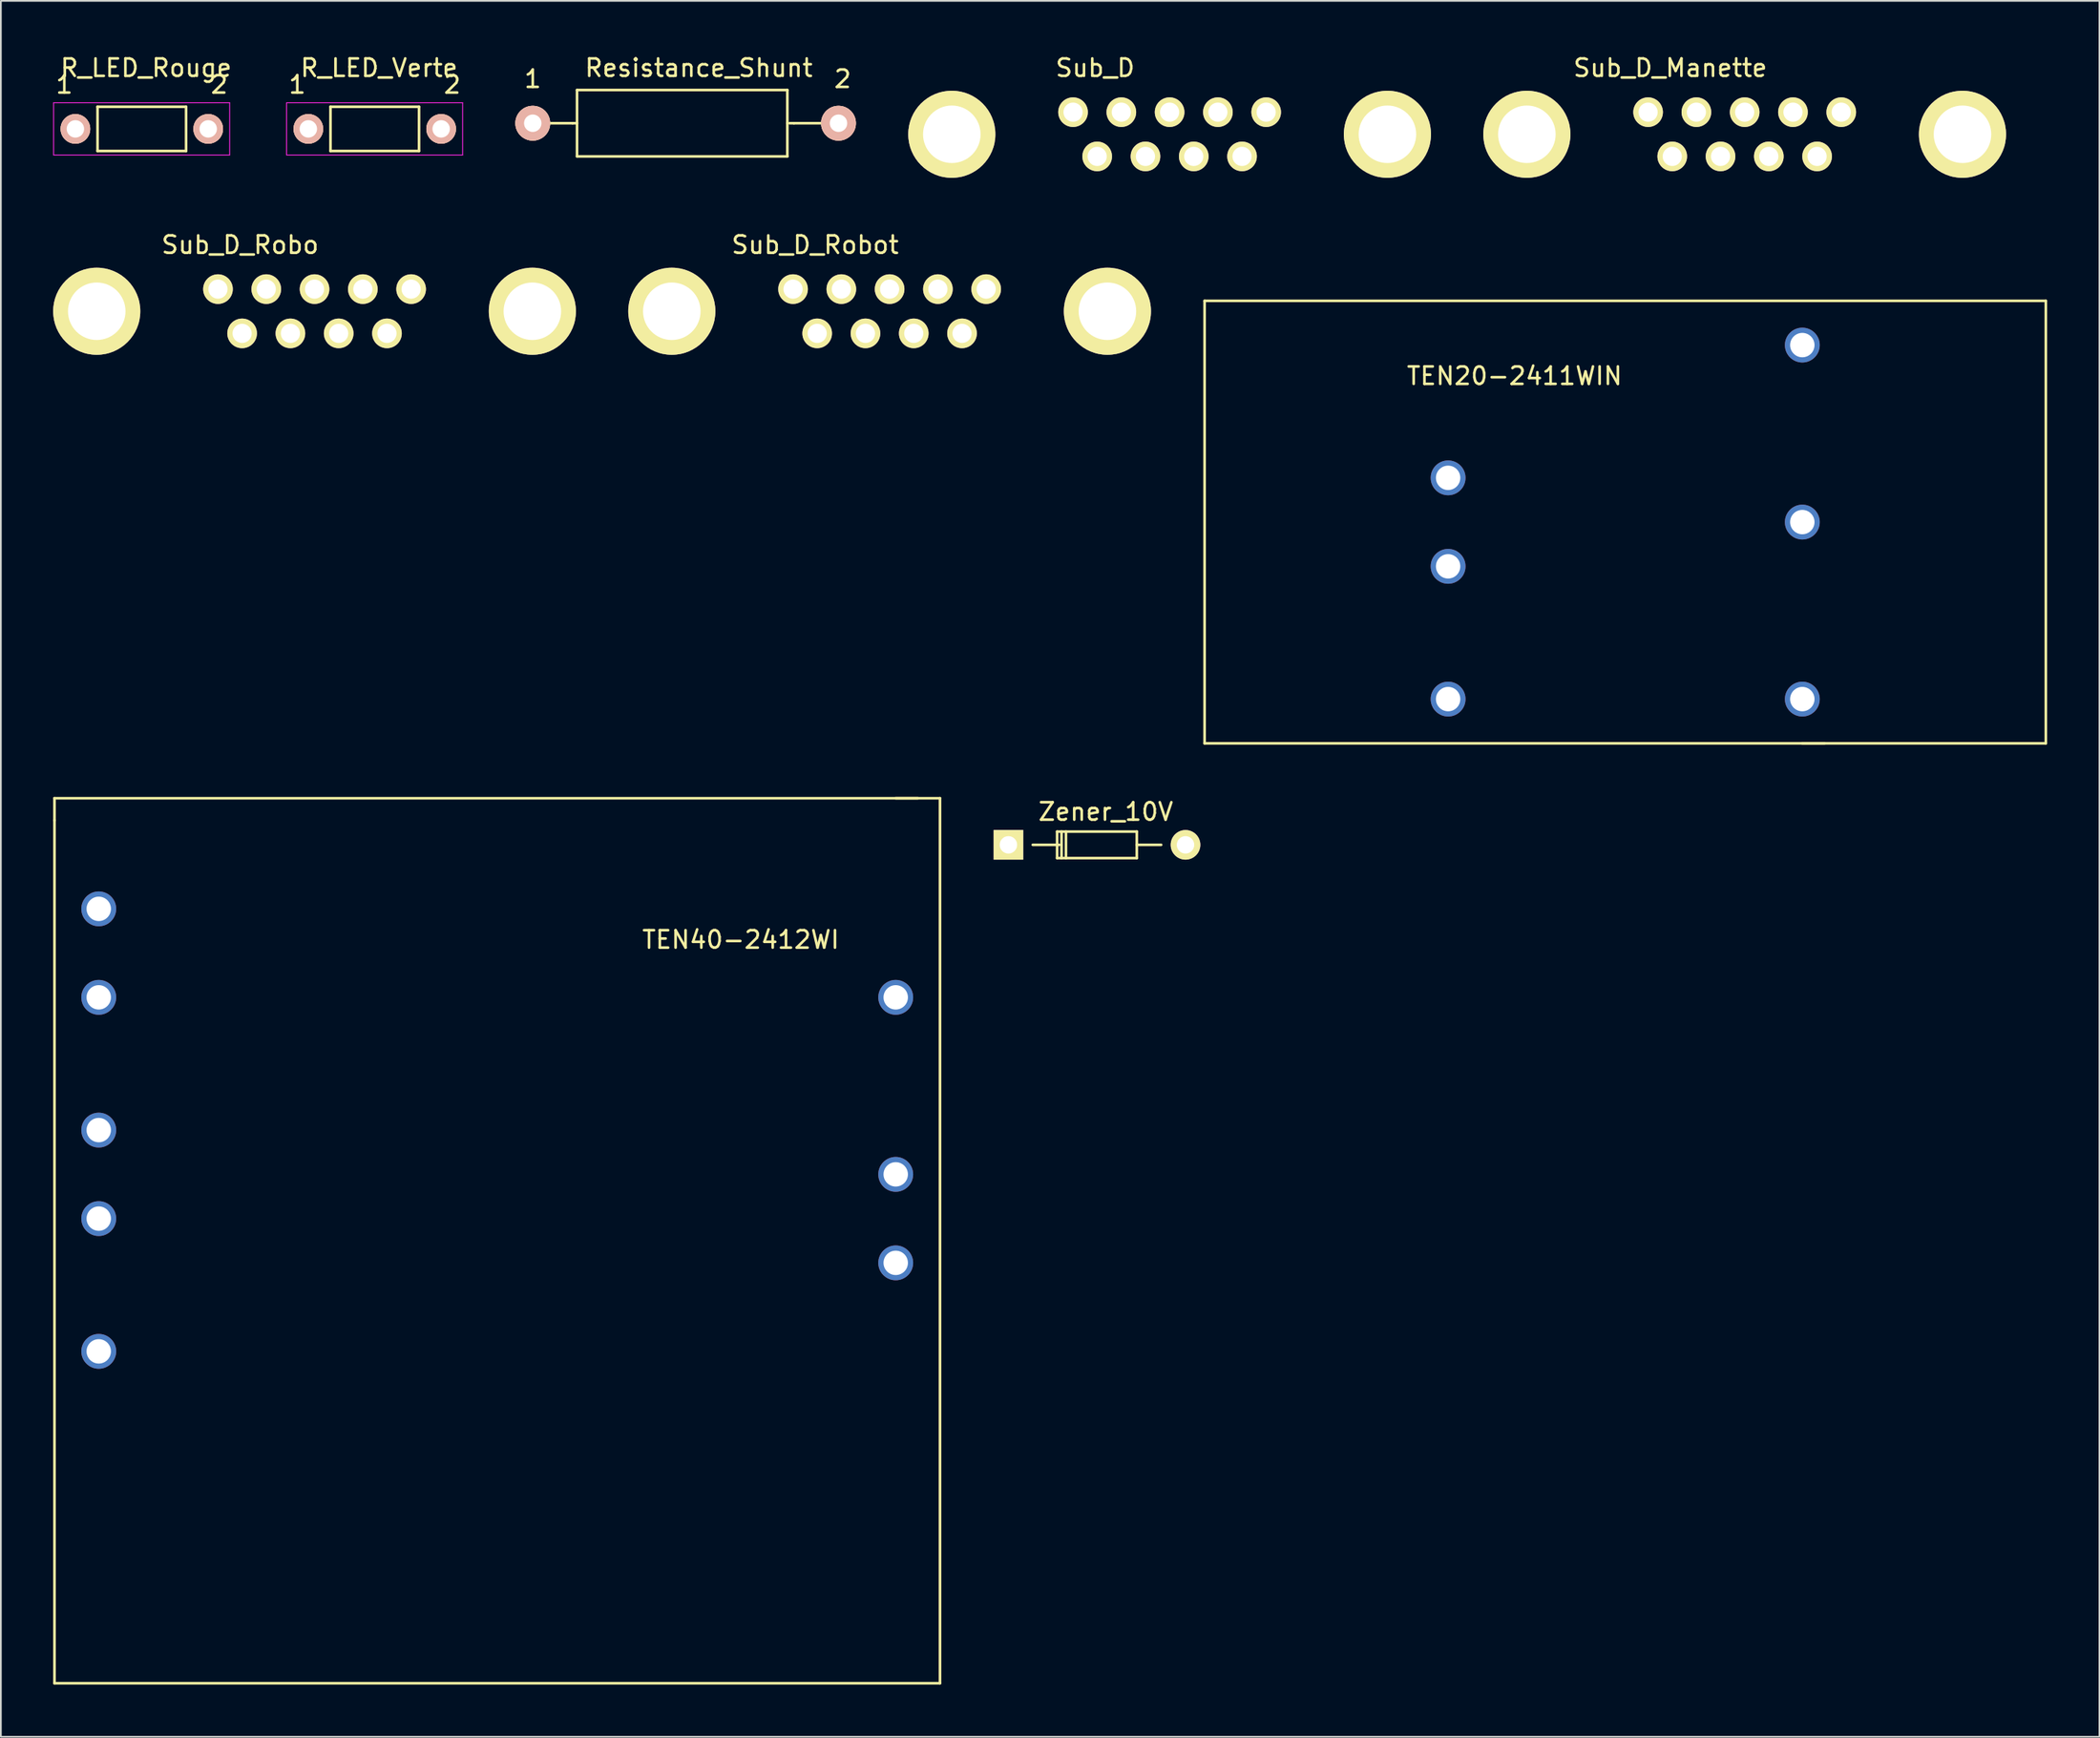
<source format=kicad_pcb>
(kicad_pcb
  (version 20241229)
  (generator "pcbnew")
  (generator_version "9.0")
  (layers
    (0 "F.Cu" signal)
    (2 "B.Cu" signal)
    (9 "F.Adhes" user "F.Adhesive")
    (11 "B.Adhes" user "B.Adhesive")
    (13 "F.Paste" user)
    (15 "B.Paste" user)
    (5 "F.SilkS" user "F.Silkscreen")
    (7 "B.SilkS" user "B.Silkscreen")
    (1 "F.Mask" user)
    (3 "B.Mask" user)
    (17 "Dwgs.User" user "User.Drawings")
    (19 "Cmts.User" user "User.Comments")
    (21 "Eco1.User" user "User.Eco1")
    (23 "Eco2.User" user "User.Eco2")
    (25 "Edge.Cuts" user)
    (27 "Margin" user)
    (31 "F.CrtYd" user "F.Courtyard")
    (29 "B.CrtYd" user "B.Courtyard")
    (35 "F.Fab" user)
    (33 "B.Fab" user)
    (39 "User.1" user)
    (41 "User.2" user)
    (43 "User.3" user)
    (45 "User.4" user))
  (footprint "TEN40-2412WI"
    (layer "F.Cu")
    (at 28.015 52.928)
    (property "Reference" "TEN40-2412WI" (at 11.43 -2.04 0) (layer "F.SilkS") (effects (font (size 1 1) (thickness 0.15))))
    (attr through_hole)
    (fp_line (start -27.94 -10.16) (end 21.59 -10.16) (stroke (width 0.15) (type solid)) (layer "F.SilkS"))
    (fp_line (start -27.94 -8.89) (end -27.94 -10.16) (stroke (width 0.15) (type solid)) (layer "F.SilkS"))
    (fp_line (start -27.94 40.64) (end -27.94 -8.89) (stroke (width 0.15) (type solid)) (layer "F.SilkS"))
    (fp_line (start 20.32 -10.16) (end 22.86 -10.16) (stroke (width 0.15) (type solid)) (layer "F.SilkS"))
    (fp_line (start 22.86 -10.16) (end 22.86 40.64) (stroke (width 0.15) (type solid)) (layer "F.SilkS"))
    (fp_line (start 22.86 40.64) (end -27.94 40.64) (stroke (width 0.15) (type solid)) (layer "F.SilkS"))
    (pad "1" thru_hole circle (at 20.32 16.51) (size 2 2) (drill 1.4) (layers "*.Cu" "*.Mask"))
    (pad "2" thru_hole circle (at 20.32 11.43) (size 2 2) (drill 1.4) (layers "*.Cu" "*.Mask"))
    (pad "3" thru_hole circle (at 20.32 1.27) (size 2 2) (drill 1.4) (layers "*.Cu" "*.Mask"))
    (pad "4" thru_hole circle (at -25.4 21.59) (size 2 2) (drill 1.4) (layers "*.Cu" "*.Mask"))
    (pad "5" thru_hole circle (at -25.4 13.97) (size 2 2) (drill 1.4) (layers "*.Cu" "*.Mask"))
    (pad "6" thru_hole circle (at -25.4 8.89) (size 2 2) (drill 1.4) (layers "*.Cu" "*.Mask"))
    (pad "7" thru_hole circle (at -25.4 1.27) (size 2 2) (drill 1.4) (layers "*.Cu" "*.Mask"))
    (pad "8" thru_hole circle (at -25.4 -3.81) (size 2 2) (drill 1.4) (layers "*.Cu" "*.Mask")))
  (footprint "Sub_D_Robot"
    (layer "F.Cu")
    (at 42.445 13.546)
    (property "Reference" "Sub_D_Robot" (at 1.27 -2.54 0) (layer "F.SilkS") (effects (font (size 1 1) (thickness 0.15))))
    (attr through_hole)
    (pad "" thru_hole circle (at -6.955 1.27) (size 5 5) (drill 3.3) (layers "*.Cu" "*.Mask" "F.SilkS"))
    (pad "" thru_hole circle (at 18.035 1.27) (size 5 5) (drill 3.3) (layers "*.Cu" "*.Mask" "F.SilkS"))
    (pad "1" thru_hole circle (at 0 0) (size 1.7 1.7) (drill 1.1) (layers "*.Cu" "*.Mask" "F.SilkS"))
    (pad "2" thru_hole circle (at 2.77 0) (size 1.7 1.7) (drill 1.1) (layers "*.Cu" "*.Mask" "F.SilkS"))
    (pad "3" thru_hole circle (at 5.54 0) (size 1.7 1.7) (drill 1.1) (layers "*.Cu" "*.Mask" "F.SilkS"))
    (pad "4" thru_hole circle (at 8.31 0) (size 1.7 1.7) (drill 1.1) (layers "*.Cu" "*.Mask" "F.SilkS"))
    (pad "5" thru_hole circle (at 11.08 0) (size 1.7 1.7) (drill 1.1) (layers "*.Cu" "*.Mask" "F.SilkS"))
    (pad "6" thru_hole circle (at 1.385 2.54) (size 1.7 1.7) (drill 1.1) (layers "*.Cu" "*.Mask" "F.SilkS"))
    (pad "7" thru_hole circle (at 4.155 2.54) (size 1.7 1.7) (drill 1.1) (layers "*.Cu" "*.Mask" "F.SilkS"))
    (pad "8" thru_hole circle (at 6.925 2.54) (size 1.7 1.7) (drill 1.1) (layers "*.Cu" "*.Mask" "F.SilkS"))
    (pad "9" thru_hole circle (at 9.695 2.54) (size 1.7 1.7) (drill 1.1) (layers "*.Cu" "*.Mask" "F.SilkS")))
  (footprint "TEN20-2411WIN"
    (layer "F.Cu")
    (at 83.835 10.408)
    (property "Reference" "TEN20-2411WIN" (at 0 8.12 0) (layer "F.SilkS") (effects (font (size 1 1) (thickness 0.15))))
    (attr through_hole)
    (fp_line (start -17.78 3.81) (end -17.78 29.21) (stroke (width 0.15) (type solid)) (layer "F.SilkS"))
    (fp_line (start -17.78 3.81) (end 30.48 3.81) (stroke (width 0.15) (type solid)) (layer "F.SilkS"))
    (fp_line (start -17.78 29.21) (end 17.78 29.21) (stroke (width 0.15) (type solid)) (layer "F.SilkS"))
    (fp_line (start 16.51 29.21) (end 30.48 29.21) (stroke (width 0.15) (type solid)) (layer "F.SilkS"))
    (fp_line (start 30.48 3.81) (end 30.48 29.21) (stroke (width 0.15) (type solid)) (layer "F.SilkS"))
    (pad "1" thru_hole circle (at -3.81 13.97) (size 2 2) (drill 1.4) (layers "*.Cu" "*.Mask"))
    (pad "2" thru_hole circle (at -3.81 19.05) (size 2 2) (drill 1.4) (layers "*.Cu" "*.Mask"))
    (pad "3" thru_hole circle (at 16.51 6.35) (size 2 2) (drill 1.4) (layers "*.Cu" "*.Mask"))
    (pad "4" thru_hole circle (at 16.51 16.51) (size 2 2) (drill 1.4) (layers "*.Cu" "*.Mask"))
    (pad "5" thru_hole circle (at 16.51 26.67) (size 2 2) (drill 1.4) (layers "*.Cu" "*.Mask"))
    (pad "6" thru_hole circle (at -3.81 26.67) (size 2 2) (drill 1.4) (layers "*.Cu" "*.Mask")))
  (footprint "Zener_10V"
    (layer "F.Cu")
    (at 54.799 45.447)
    (property "Reference" "Zener_10V" (at 5.588 -1.905 0) (layer "F.SilkS") (effects (font (size 1 1) (thickness 0.15))))
    (attr through_hole)
    (fp_line (start 2.795 -0.765) (end 2.795 -0.003) (stroke (width 0.15) (type solid)) (layer "F.SilkS"))
    (fp_line (start 2.795 -0.003) (end 2.795 0.759) (stroke (width 0.15) (type solid)) (layer "F.SilkS"))
    (fp_line (start 2.795 0.759) (end 7.367 0.759) (stroke (width 0.15) (type solid)) (layer "F.SilkS"))
    (fp_line (start 2.922 -0.003) (end 1.398 -0.003) (stroke (width 0.15) (type solid)) (layer "F.SilkS"))
    (fp_line (start 3.049 -0.765) (end 3.049 0.759) (stroke (width 0.15) (type solid)) (layer "F.SilkS"))
    (fp_line (start 3.303 -0.765) (end 3.303 0.759) (stroke (width 0.15) (type solid)) (layer "F.SilkS"))
    (fp_line (start 7.367 -0.765) (end 2.795 -0.765) (stroke (width 0.15) (type solid)) (layer "F.SilkS"))
    (fp_line (start 7.367 -0.003) (end 8.764 -0.003) (stroke (width 0.15) (type solid)) (layer "F.SilkS"))
    (fp_line (start 7.367 0.759) (end 7.367 -0.765) (stroke (width 0.15) (type solid)) (layer "F.SilkS"))
    (pad "1" thru_hole rect (at 0.001 -0.003 180) (size 1.7 1.7) (drill 1) (layers "*.Cu" "*.Mask" "F.SilkS"))
    (pad "2" thru_hole circle (at 10.161 -0.003 180) (size 1.7 1.7) (drill 1) (layers "*.Cu" "*.Mask" "F.SilkS")))
  (footprint "Sub_D"
    (layer "F.Cu")
    (at 58.508 3.388)
    (property "Reference" "Sub_D" (at 1.27 -2.54 0) (layer "F.SilkS") (effects (font (size 1 1) (thickness 0.15))))
    (attr through_hole)
    (pad "" thru_hole circle (at -6.955 1.27) (size 5 5) (drill 3.3) (layers "*.Cu" "*.Mask" "F.SilkS"))
    (pad "" thru_hole circle (at 18.035 1.27) (size 5 5) (drill 3.3) (layers "*.Cu" "*.Mask" "F.SilkS"))
    (pad "1" thru_hole circle (at 0 0) (size 1.7 1.7) (drill 1.1) (layers "*.Cu" "*.Mask" "F.SilkS"))
    (pad "2" thru_hole circle (at 2.77 0) (size 1.7 1.7) (drill 1.1) (layers "*.Cu" "*.Mask" "F.SilkS"))
    (pad "3" thru_hole circle (at 5.54 0) (size 1.7 1.7) (drill 1.1) (layers "*.Cu" "*.Mask" "F.SilkS"))
    (pad "4" thru_hole circle (at 8.31 0) (size 1.7 1.7) (drill 1.1) (layers "*.Cu" "*.Mask" "F.SilkS"))
    (pad "5" thru_hole circle (at 11.08 0) (size 1.7 1.7) (drill 1.1) (layers "*.Cu" "*.Mask" "F.SilkS"))
    (pad "6" thru_hole circle (at 1.385 2.54) (size 1.7 1.7) (drill 1.1) (layers "*.Cu" "*.Mask" "F.SilkS"))
    (pad "7" thru_hole circle (at 4.155 2.54) (size 1.7 1.7) (drill 1.1) (layers "*.Cu" "*.Mask" "F.SilkS"))
    (pad "8" thru_hole circle (at 6.925 2.54) (size 1.7 1.7) (drill 1.1) (layers "*.Cu" "*.Mask" "F.SilkS"))
    (pad "9" thru_hole circle (at 9.695 2.54) (size 1.7 1.7) (drill 1.1) (layers "*.Cu" "*.Mask" "F.SilkS")))
  (footprint "R_LED_Verte"
    (layer "F.Cu")
    (at 14.639 4.348)
    (property "Reference" "R_LED_Verte" (at 4.059 -3.5 0) (layer "F.SilkS") (effects (font (size 1 1) (thickness 0.15))))
    (attr through_hole)
    (fp_line (start 1.27 -1.27) (end 6.35 -1.27) (stroke (width 0.15) (type solid)) (layer "F.SilkS"))
    (fp_line (start 1.27 1.27) (end 1.27 -1.27) (stroke (width 0.15) (type solid)) (layer "F.SilkS"))
    (fp_line (start 6.35 -1.27) (end 6.35 1.27) (stroke (width 0.15) (type solid)) (layer "F.SilkS"))
    (fp_line (start 6.35 1.27) (end 1.27 1.27) (stroke (width 0.15) (type solid)) (layer "F.SilkS"))
    (fp_line (start -1.25 -1.5) (end 8.85 -1.5) (stroke (width 0.05) (type solid)) (layer "F.CrtYd"))
    (fp_line (start -1.25 1.5) (end -1.25 -1.5) (stroke (width 0.05) (type solid)) (layer "F.CrtYd"))
    (fp_line (start -1.25 1.5) (end 8.85 1.5) (stroke (width 0.05) (type solid)) (layer "F.CrtYd"))
    (fp_line (start 8.85 -1.5) (end 8.85 1.5) (stroke (width 0.05) (type solid)) (layer "F.CrtYd"))
    (fp_text user "1" (at -0.635 -2.54 0) (layer "F.SilkS") (effects (font (size 1 1) (thickness 0.15))))
    (fp_text user "2" (at 8.255 -2.54 0) (layer "F.SilkS") (effects (font (size 1 1) (thickness 0.15))))
    (pad "1" thru_hole circle (at 0 0) (size 1.7 1.7) (drill 1) (layers "*.Cu" "*.SilkS" "*.Mask"))
    (pad "2" thru_hole circle (at 7.62 0) (size 1.7 1.7) (drill 1) (layers "*.Cu" "*.SilkS" "*.Mask")))
  (footprint "Sub_D_Robo"
    (layer "F.Cu")
    (at 9.455 13.546)
    (property "Reference" "Sub_D_Robo" (at 1.27 -2.54 0) (layer "F.SilkS") (effects (font (size 1 1) (thickness 0.15))))
    (attr through_hole)
    (pad "" thru_hole circle (at -6.955 1.27) (size 5 5) (drill 3.3) (layers "*.Cu" "*.Mask" "F.SilkS"))
    (pad "" thru_hole circle (at 18.035 1.27) (size 5 5) (drill 3.3) (layers "*.Cu" "*.Mask" "F.SilkS"))
    (pad "1" thru_hole circle (at 0 0) (size 1.7 1.7) (drill 1.1) (layers "*.Cu" "*.Mask" "F.SilkS"))
    (pad "2" thru_hole circle (at 2.77 0) (size 1.7 1.7) (drill 1.1) (layers "*.Cu" "*.Mask" "F.SilkS"))
    (pad "3" thru_hole circle (at 5.54 0) (size 1.7 1.7) (drill 1.1) (layers "*.Cu" "*.Mask" "F.SilkS"))
    (pad "4" thru_hole circle (at 8.31 0) (size 1.7 1.7) (drill 1.1) (layers "*.Cu" "*.Mask" "F.SilkS"))
    (pad "5" thru_hole circle (at 11.08 0) (size 1.7 1.7) (drill 1.1) (layers "*.Cu" "*.Mask" "F.SilkS"))
    (pad "6" thru_hole circle (at 1.385 2.54) (size 1.7 1.7) (drill 1.1) (layers "*.Cu" "*.Mask" "F.SilkS"))
    (pad "7" thru_hole circle (at 4.155 2.54) (size 1.7 1.7) (drill 1.1) (layers "*.Cu" "*.Mask" "F.SilkS"))
    (pad "8" thru_hole circle (at 6.925 2.54) (size 1.7 1.7) (drill 1.1) (layers "*.Cu" "*.Mask" "F.SilkS"))
    (pad "9" thru_hole circle (at 9.695 2.54) (size 1.7 1.7) (drill 1.1) (layers "*.Cu" "*.Mask" "F.SilkS")))
  (footprint "Resistance_Shunt"
    (layer "F.Cu")
    (at 27.513 4.023)
    (property "Reference" "Resistance_Shunt" (at 9.525 -3.175 0) (layer "F.SilkS") (effects (font (size 1 1) (thickness 0.15))))
    (attr through_hole)
    (fp_line (start 1.016 0) (end 2.286 0) (stroke (width 0.15) (type solid)) (layer "F.SilkS"))
    (fp_line (start 2.286 0) (end 2.54 0) (stroke (width 0.15) (type solid)) (layer "F.SilkS"))
    (fp_line (start 2.54 -1.905) (end 14.605 -1.905) (stroke (width 0.15) (type solid)) (layer "F.SilkS"))
    (fp_line (start 2.54 0) (end 2.54 -1.905) (stroke (width 0.15) (type solid)) (layer "F.SilkS"))
    (fp_line (start 2.54 1.905) (end 2.54 0) (stroke (width 0.15) (type solid)) (layer "F.SilkS"))
    (fp_line (start 14.605 -1.905) (end 14.605 0) (stroke (width 0.15) (type solid)) (layer "F.SilkS"))
    (fp_line (start 14.605 0) (end 14.605 1.905) (stroke (width 0.15) (type solid)) (layer "F.SilkS"))
    (fp_line (start 14.605 1.905) (end 2.54 1.905) (stroke (width 0.15) (type solid)) (layer "F.SilkS"))
    (fp_line (start 14.986 0) (end 14.732 0) (stroke (width 0.15) (type solid)) (layer "F.SilkS"))
    (fp_line (start 16.51 0) (end 14.986 0) (stroke (width 0.15) (type solid)) (layer "F.SilkS"))
    (fp_text user "1" (at 0 -2.54 0) (layer "F.SilkS") (effects (font (size 1 1) (thickness 0.15))))
    (fp_text user "2" (at 17.78 -2.54 0) (layer "F.SilkS") (effects (font (size 1 1) (thickness 0.15))))
    (pad "1" thru_hole circle (at 0 0) (size 1.999 1.999) (drill 1.001) (layers "*.Cu" "*.SilkS" "*.Mask"))
    (pad "2" thru_hole circle (at 17.54 0) (size 1.999 1.999) (drill 1.001) (layers "*.Cu" "*.SilkS" "*.Mask")))
  (footprint "R_LED_Rouge"
    (layer "F.Cu")
    (at 1.275 4.348)
    (property "Reference" "R_LED_Rouge" (at 4.059 -3.5 0) (layer "F.SilkS") (effects (font (size 1 1) (thickness 0.15))))
    (attr through_hole)
    (fp_line (start 1.27 -1.27) (end 6.35 -1.27) (stroke (width 0.15) (type solid)) (layer "F.SilkS"))
    (fp_line (start 1.27 1.27) (end 1.27 -1.27) (stroke (width 0.15) (type solid)) (layer "F.SilkS"))
    (fp_line (start 6.35 -1.27) (end 6.35 1.27) (stroke (width 0.15) (type solid)) (layer "F.SilkS"))
    (fp_line (start 6.35 1.27) (end 1.27 1.27) (stroke (width 0.15) (type solid)) (layer "F.SilkS"))
    (fp_line (start -1.25 -1.5) (end 8.85 -1.5) (stroke (width 0.05) (type solid)) (layer "F.CrtYd"))
    (fp_line (start -1.25 1.5) (end -1.25 -1.5) (stroke (width 0.05) (type solid)) (layer "F.CrtYd"))
    (fp_line (start -1.25 1.5) (end 8.85 1.5) (stroke (width 0.05) (type solid)) (layer "F.CrtYd"))
    (fp_line (start 8.85 -1.5) (end 8.85 1.5) (stroke (width 0.05) (type solid)) (layer "F.CrtYd"))
    (fp_text user "1" (at -0.635 -2.54 0) (layer "F.SilkS") (effects (font (size 1 1) (thickness 0.15))))
    (fp_text user "2" (at 8.255 -2.54 0) (layer "F.SilkS") (effects (font (size 1 1) (thickness 0.15))))
    (pad "1" thru_hole circle (at 0 0) (size 1.7 1.7) (drill 1) (layers "*.Cu" "*.SilkS" "*.Mask"))
    (pad "2" thru_hole circle (at 7.62 0) (size 1.7 1.7) (drill 1) (layers "*.Cu" "*.SilkS" "*.Mask")))
  (footprint "Sub_D_Manette"
    (layer "F.Cu")
    (at 91.498 3.388)
    (property "Reference" "Sub_D_Manette" (at 1.27 -2.54 0) (layer "F.SilkS") (effects (font (size 1 1) (thickness 0.15))))
    (attr through_hole)
    (pad "" thru_hole circle (at -6.955 1.27) (size 5 5) (drill 3.3) (layers "*.Cu" "*.Mask" "F.SilkS"))
    (pad "" thru_hole circle (at 18.035 1.27) (size 5 5) (drill 3.3) (layers "*.Cu" "*.Mask" "F.SilkS"))
    (pad "1" thru_hole circle (at 0 0) (size 1.7 1.7) (drill 1.1) (layers "*.Cu" "*.Mask" "F.SilkS"))
    (pad "2" thru_hole circle (at 2.77 0) (size 1.7 1.7) (drill 1.1) (layers "*.Cu" "*.Mask" "F.SilkS"))
    (pad "3" thru_hole circle (at 5.54 0) (size 1.7 1.7) (drill 1.1) (layers "*.Cu" "*.Mask" "F.SilkS"))
    (pad "4" thru_hole circle (at 8.31 0) (size 1.7 1.7) (drill 1.1) (layers "*.Cu" "*.Mask" "F.SilkS"))
    (pad "5" thru_hole circle (at 11.08 0) (size 1.7 1.7) (drill 1.1) (layers "*.Cu" "*.Mask" "F.SilkS"))
    (pad "6" thru_hole circle (at 1.385 2.54) (size 1.7 1.7) (drill 1.1) (layers "*.Cu" "*.Mask" "F.SilkS"))
    (pad "7" thru_hole circle (at 4.155 2.54) (size 1.7 1.7) (drill 1.1) (layers "*.Cu" "*.Mask" "F.SilkS"))
    (pad "8" thru_hole circle (at 6.925 2.54) (size 1.7 1.7) (drill 1.1) (layers "*.Cu" "*.Mask" "F.SilkS"))
    (pad "9" thru_hole circle (at 9.695 2.54) (size 1.7 1.7) (drill 1.1) (layers "*.Cu" "*.Mask" "F.SilkS")))
  (gr_rect
    (start -3 -3)
    (end 117.39 96.643)
    (stroke (width 0.1) (type default))
    (fill no)
    (layer "Edge.Cuts")))
</source>
